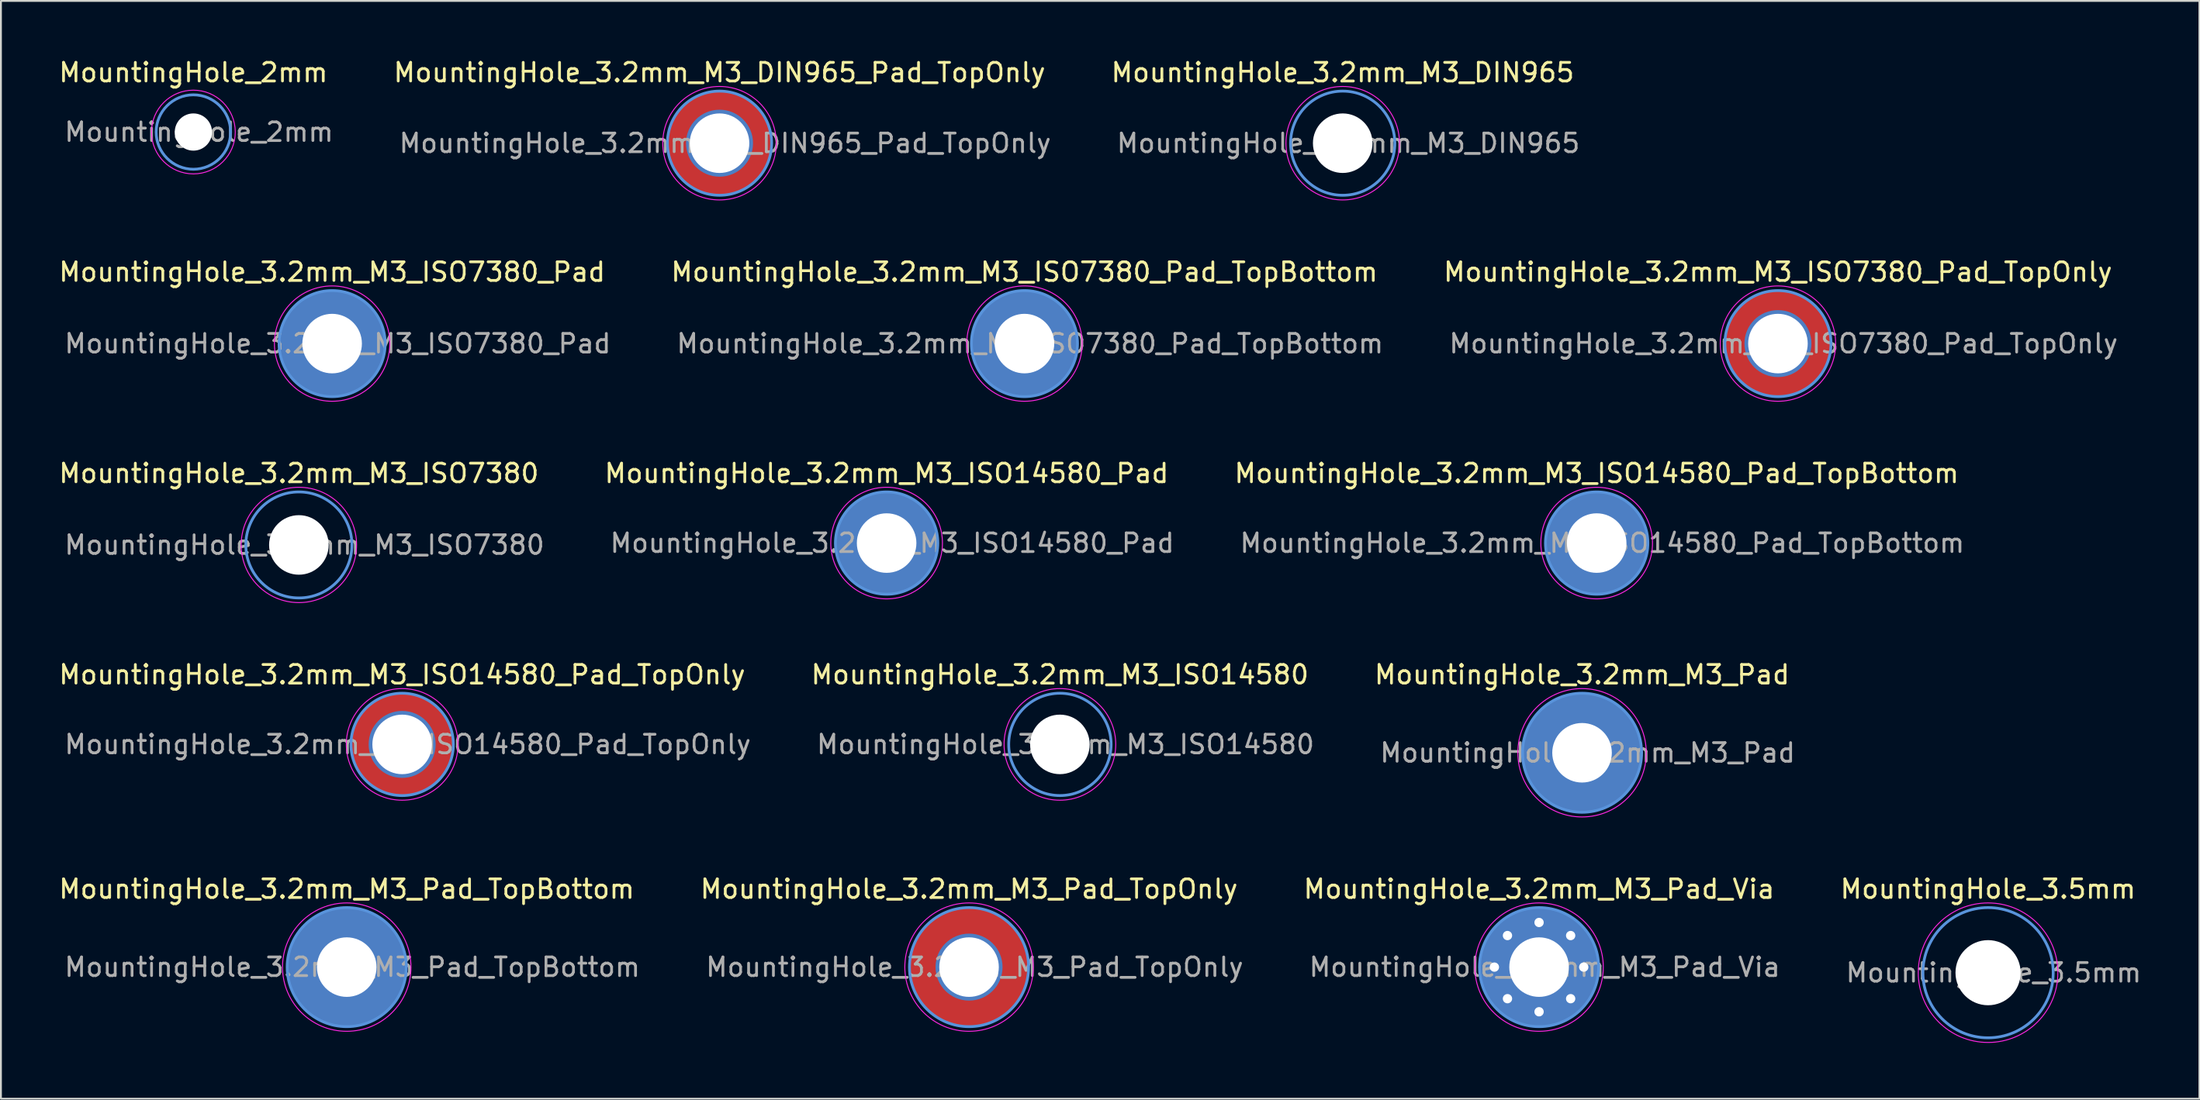
<source format=kicad_pcb>
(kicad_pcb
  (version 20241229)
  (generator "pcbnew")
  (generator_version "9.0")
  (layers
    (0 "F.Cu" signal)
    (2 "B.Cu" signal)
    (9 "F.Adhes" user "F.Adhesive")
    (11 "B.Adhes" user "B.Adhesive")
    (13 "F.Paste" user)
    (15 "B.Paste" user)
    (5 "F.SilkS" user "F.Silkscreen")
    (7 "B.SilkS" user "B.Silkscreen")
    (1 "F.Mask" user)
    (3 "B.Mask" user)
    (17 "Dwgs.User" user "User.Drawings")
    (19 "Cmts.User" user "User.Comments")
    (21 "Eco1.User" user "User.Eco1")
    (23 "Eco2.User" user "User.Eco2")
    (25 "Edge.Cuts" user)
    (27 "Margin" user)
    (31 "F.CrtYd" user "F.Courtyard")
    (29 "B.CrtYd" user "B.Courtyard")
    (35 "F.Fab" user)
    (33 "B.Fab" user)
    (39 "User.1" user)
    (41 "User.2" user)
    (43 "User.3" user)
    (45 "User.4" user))
  (footprint "MountingHole_3.2mm_M3_ISO14580_Pad_TopOnly"
    (layer "F.Cu")
    (at 18.554 36.968)
    (property "Reference" "MountingHole_3.2mm_M3_ISO14580_Pad_TopOnly" (at 0 -3.75 0) (layer "F.SilkS") (effects (font (size 1 1) (thickness 0.15))))
    (attr exclude_from_pos_files exclude_from_bom)
    (fp_circle (center 0 0) (end 2.75 0) (stroke (width 0.15) (type solid)) (fill no) (layer "Cmts.User"))
    (fp_circle (center 0 0) (end 3 0) (stroke (width 0.05) (type solid)) (fill no) (layer "F.CrtYd"))
    (fp_text user "${REFERENCE}" (at 0.3 0 0) (layer "F.Fab") (effects (font (size 1 1) (thickness 0.15))))
    (pad "1" thru_hole circle (at 0 0) (size 3.6 3.6) (drill 3.2) (layers "*.Cu" "*.Mask"))
    (pad "1" connect circle (at 0 0) (size 5.5 5.5) (layers "F.Cu" "F.Mask")))
  (footprint "MountingHole_3.2mm_M3_ISO14580_Pad_TopBottom"
    (layer "F.Cu")
    (at 82.725 26.145)
    (property "Reference" "MountingHole_3.2mm_M3_ISO14580_Pad_TopBottom" (at 0 -3.75 0) (layer "F.SilkS") (effects (font (size 1 1) (thickness 0.15))))
    (attr exclude_from_pos_files exclude_from_bom)
    (fp_circle (center 0 0) (end 2.75 0) (stroke (width 0.15) (type solid)) (fill no) (layer "Cmts.User"))
    (fp_circle (center 0 0) (end 3 0) (stroke (width 0.05) (type solid)) (fill no) (layer "F.CrtYd"))
    (fp_text user "${REFERENCE}" (at 0.3 0 0) (layer "F.Fab") (effects (font (size 1 1) (thickness 0.15))))
    (pad "1" thru_hole circle (at 0 0) (size 3.6 3.6) (drill 3.2) (layers "*.Cu" "*.Mask"))
    (pad "1" connect circle (at 0 0) (size 5.5 5.5) (layers "F.Cu" "F.Mask"))
    (pad "1" connect circle (at 0 0) (size 5.5 5.5) (layers "B.Cu" "B.Mask")))
  (footprint "MountingHole_3.2mm_M3_ISO7380_Pad_TopBottom"
    (layer "F.Cu")
    (at 51.985 15.421)
    (property "Reference" "MountingHole_3.2mm_M3_ISO7380_Pad_TopBottom" (at 0 -3.85 0) (layer "F.SilkS") (effects (font (size 1 1) (thickness 0.15))))
    (attr exclude_from_pos_files exclude_from_bom)
    (fp_circle (center 0 0) (end 2.85 0) (stroke (width 0.15) (type solid)) (fill no) (layer "Cmts.User"))
    (fp_circle (center 0 0) (end 3.1 0) (stroke (width 0.05) (type solid)) (fill no) (layer "F.CrtYd"))
    (fp_text user "${REFERENCE}" (at 0.3 0 0) (layer "F.Fab") (effects (font (size 1 1) (thickness 0.15))))
    (pad "1" thru_hole circle (at 0 0) (size 3.6 3.6) (drill 3.2) (layers "*.Cu" "*.Mask"))
    (pad "1" connect circle (at 0 0) (size 5.7 5.7) (layers "F.Cu" "F.Mask"))
    (pad "1" connect circle (at 0 0) (size 5.7 5.7) (layers "B.Cu" "B.Mask")))
  (footprint "MountingHole_3.2mm_M3_Pad_Via"
    (layer "F.Cu")
    (at 79.63 48.941)
    (property "Reference" "MountingHole_3.2mm_M3_Pad_Via" (at 0 -4.2 0) (layer "F.SilkS") (effects (font (size 1 1) (thickness 0.15))))
    (attr exclude_from_pos_files exclude_from_bom)
    (fp_circle (center 0 0) (end 3.2 0) (stroke (width 0.15) (type solid)) (fill no) (layer "Cmts.User"))
    (fp_circle (center 0 0) (end 3.45 0) (stroke (width 0.05) (type solid)) (fill no) (layer "F.CrtYd"))
    (fp_text user "${REFERENCE}" (at 0.3 0 0) (layer "F.Fab") (effects (font (size 1 1) (thickness 0.15))))
    (pad "" thru_hole circle (at -2.4 0) (size 0.8 0.8) (drill 0.5) (layers "*.Cu" "*.Mask"))
    (pad "" thru_hole circle (at -1.697 -1.697) (size 0.8 0.8) (drill 0.5) (layers "*.Cu" "*.Mask"))
    (pad "" thru_hole circle (at -1.697 1.697) (size 0.8 0.8) (drill 0.5) (layers "*.Cu" "*.Mask"))
    (pad "" thru_hole circle (at 0 -2.4) (size 0.8 0.8) (drill 0.5) (layers "*.Cu" "*.Mask"))
    (pad "" thru_hole circle (at 0 2.4) (size 0.8 0.8) (drill 0.5) (layers "*.Cu" "*.Mask"))
    (pad "" thru_hole circle (at 1.697 -1.697) (size 0.8 0.8) (drill 0.5) (layers "*.Cu" "*.Mask"))
    (pad "" thru_hole circle (at 1.697 1.697) (size 0.8 0.8) (drill 0.5) (layers "*.Cu" "*.Mask"))
    (pad "" thru_hole circle (at 2.4 0) (size 0.8 0.8) (drill 0.5) (layers "*.Cu" "*.Mask"))
    (pad "1" thru_hole circle (at 0 0) (size 6.4 6.4) (drill 3.2) (layers "*.Cu" "*.Mask")))
  (footprint "MountingHole_3.2mm_M3_Pad_TopBottom"
    (layer "F.Cu")
    (at 15.577 48.941)
    (property "Reference" "MountingHole_3.2mm_M3_Pad_TopBottom" (at 0 -4.2 0) (layer "F.SilkS") (effects (font (size 1 1) (thickness 0.15))))
    (attr exclude_from_pos_files exclude_from_bom)
    (fp_circle (center 0 0) (end 3.2 0) (stroke (width 0.15) (type solid)) (fill no) (layer "Cmts.User"))
    (fp_circle (center 0 0) (end 3.45 0) (stroke (width 0.05) (type solid)) (fill no) (layer "F.CrtYd"))
    (fp_text user "${REFERENCE}" (at 0.3 0 0) (layer "F.Fab") (effects (font (size 1 1) (thickness 0.15))))
    (pad "1" thru_hole circle (at 0 0) (size 3.6 3.6) (drill 3.2) (layers "*.Cu" "*.Mask"))
    (pad "1" connect circle (at 0 0) (size 6.4 6.4) (layers "F.Cu" "F.Mask"))
    (pad "1" connect circle (at 0 0) (size 6.4 6.4) (layers "B.Cu" "B.Mask")))
  (footprint "MountingHole_3.2mm_M3_DIN965"
    (layer "F.Cu")
    (at 69.082 4.648)
    (property "Reference" "MountingHole_3.2mm_M3_DIN965" (at 0 -3.8 0) (layer "F.SilkS") (effects (font (size 1 1) (thickness 0.15))))
    (attr exclude_from_pos_files exclude_from_bom)
    (fp_circle (center 0 0) (end 2.8 0) (stroke (width 0.15) (type solid)) (fill no) (layer "Cmts.User"))
    (fp_circle (center 0 0) (end 3.05 0) (stroke (width 0.05) (type solid)) (fill no) (layer "F.CrtYd"))
    (fp_text user "${REFERENCE}" (at 0.3 0 0) (layer "F.Fab") (effects (font (size 1 1) (thickness 0.15))))
    (pad "" np_thru_hole circle (at 0 0) (size 3.2 3.2) (drill 3.2) (layers "*.Cu" "*.Mask")))
  (footprint "MountingHole_2mm"
    (layer "F.Cu")
    (at 7.339 4.048)
    (property "Reference" "MountingHole_2mm" (at 0 -3.2 0) (layer "F.SilkS") (effects (font (size 1 1) (thickness 0.15))))
    (attr exclude_from_pos_files exclude_from_bom)
    (fp_circle (center 0 0) (end 2 0) (stroke (width 0.15) (type solid)) (fill no) (layer "Cmts.User"))
    (fp_circle (center 0 0) (end 2.25 0) (stroke (width 0.05) (type solid)) (fill no) (layer "F.CrtYd"))
    (fp_text user "${REFERENCE}" (at 0.3 0 0) (layer "F.Fab") (effects (font (size 1 1) (thickness 0.15))))
    (pad "" np_thru_hole circle (at 0 0) (size 2 2) (drill 2) (layers "*.Cu" "*.Mask")))
  (footprint "MountingHole_3.2mm_M3_ISO14580"
    (layer "F.Cu")
    (at 53.889 36.968)
    (property "Reference" "MountingHole_3.2mm_M3_ISO14580" (at 0 -3.75 0) (layer "F.SilkS") (effects (font (size 1 1) (thickness 0.15))))
    (attr exclude_from_pos_files exclude_from_bom)
    (fp_circle (center 0 0) (end 2.75 0) (stroke (width 0.15) (type solid)) (fill no) (layer "Cmts.User"))
    (fp_circle (center 0 0) (end 3 0) (stroke (width 0.05) (type solid)) (fill no) (layer "F.CrtYd"))
    (fp_text user "${REFERENCE}" (at 0.3 0 0) (layer "F.Fab") (effects (font (size 1 1) (thickness 0.15))))
    (pad "" np_thru_hole circle (at 0 0) (size 3.2 3.2) (drill 3.2) (layers "*.Cu" "*.Mask")))
  (footprint "MountingHole_3.2mm_M3_ISO14580_Pad"
    (layer "F.Cu")
    (at 44.58 26.145)
    (property "Reference" "MountingHole_3.2mm_M3_ISO14580_Pad" (at 0 -3.75 0) (layer "F.SilkS") (effects (font (size 1 1) (thickness 0.15))))
    (attr exclude_from_pos_files exclude_from_bom)
    (fp_circle (center 0 0) (end 2.75 0) (stroke (width 0.15) (type solid)) (fill no) (layer "Cmts.User"))
    (fp_circle (center 0 0) (end 3 0) (stroke (width 0.05) (type solid)) (fill no) (layer "F.CrtYd"))
    (fp_text user "${REFERENCE}" (at 0.3 0 0) (layer "F.Fab") (effects (font (size 1 1) (thickness 0.15))))
    (pad "1" thru_hole circle (at 0 0) (size 5.5 5.5) (drill 3.2) (layers "*.Cu" "*.Mask")))
  (footprint "MountingHole_3.5mm"
    (layer "F.Cu")
    (at 103.751 49.241)
    (property "Reference" "MountingHole_3.5mm" (at 0 -4.5 0) (layer "F.SilkS") (effects (font (size 1 1) (thickness 0.15))))
    (attr exclude_from_pos_files exclude_from_bom)
    (fp_circle (center 0 0) (end 3.5 0) (stroke (width 0.15) (type solid)) (fill no) (layer "Cmts.User"))
    (fp_circle (center 0 0) (end 3.75 0) (stroke (width 0.05) (type solid)) (fill no) (layer "F.CrtYd"))
    (fp_text user "${REFERENCE}" (at 0.3 0 0) (layer "F.Fab") (effects (font (size 1 1) (thickness 0.15))))
    (pad "" np_thru_hole circle (at 0 0) (size 3.5 3.5) (drill 3.5) (layers "*.Cu" "*.Mask")))
  (footprint "MountingHole_3.2mm_M3_ISO7380"
    (layer "F.Cu")
    (at 13.006 26.245)
    (property "Reference" "MountingHole_3.2mm_M3_ISO7380" (at 0 -3.85 0) (layer "F.SilkS") (effects (font (size 1 1) (thickness 0.15))))
    (attr exclude_from_pos_files exclude_from_bom)
    (fp_circle (center 0 0) (end 2.85 0) (stroke (width 0.15) (type solid)) (fill no) (layer "Cmts.User"))
    (fp_circle (center 0 0) (end 3.1 0) (stroke (width 0.05) (type solid)) (fill no) (layer "F.CrtYd"))
    (fp_text user "${REFERENCE}" (at 0.3 0 0) (layer "F.Fab") (effects (font (size 1 1) (thickness 0.15))))
    (pad "" np_thru_hole circle (at 0 0) (size 3.2 3.2) (drill 3.2) (layers "*.Cu" "*.Mask")))
  (footprint "MountingHole_3.2mm_M3_Pad_TopOnly"
    (layer "F.Cu")
    (at 49.008 48.941)
    (property "Reference" "MountingHole_3.2mm_M3_Pad_TopOnly" (at 0 -4.2 0) (layer "F.SilkS") (effects (font (size 1 1) (thickness 0.15))))
    (attr exclude_from_pos_files exclude_from_bom)
    (fp_circle (center 0 0) (end 3.2 0) (stroke (width 0.15) (type solid)) (fill no) (layer "Cmts.User"))
    (fp_circle (center 0 0) (end 3.45 0) (stroke (width 0.05) (type solid)) (fill no) (layer "F.CrtYd"))
    (fp_text user "${REFERENCE}" (at 0.3 0 0) (layer "F.Fab") (effects (font (size 1 1) (thickness 0.15))))
    (pad "1" thru_hole circle (at 0 0) (size 3.6 3.6) (drill 3.2) (layers "*.Cu" "*.Mask"))
    (pad "1" connect circle (at 0 0) (size 6.4 6.4) (layers "F.Cu" "F.Mask")))
  (footprint "MountingHole_3.2mm_M3_ISO7380_Pad_TopOnly"
    (layer "F.Cu")
    (at 92.463 15.421)
    (property "Reference" "MountingHole_3.2mm_M3_ISO7380_Pad_TopOnly" (at 0 -3.85 0) (layer "F.SilkS") (effects (font (size 1 1) (thickness 0.15))))
    (attr exclude_from_pos_files exclude_from_bom)
    (fp_circle (center 0 0) (end 2.85 0) (stroke (width 0.15) (type solid)) (fill no) (layer "Cmts.User"))
    (fp_circle (center 0 0) (end 3.1 0) (stroke (width 0.05) (type solid)) (fill no) (layer "F.CrtYd"))
    (fp_text user "${REFERENCE}" (at 0.3 0 0) (layer "F.Fab") (effects (font (size 1 1) (thickness 0.15))))
    (pad "1" thru_hole circle (at 0 0) (size 3.6 3.6) (drill 3.2) (layers "*.Cu" "*.Mask"))
    (pad "1" connect circle (at 0 0) (size 5.7 5.7) (layers "F.Cu" "F.Mask")))
  (footprint "MountingHole_3.2mm_M3_Pad"
    (layer "F.Cu")
    (at 81.939 37.418)
    (property "Reference" "MountingHole_3.2mm_M3_Pad" (at 0 -4.2 0) (layer "F.SilkS") (effects (font (size 1 1) (thickness 0.15))))
    (attr exclude_from_pos_files exclude_from_bom)
    (fp_circle (center 0 0) (end 3.2 0) (stroke (width 0.15) (type solid)) (fill no) (layer "Cmts.User"))
    (fp_circle (center 0 0) (end 3.45 0) (stroke (width 0.05) (type solid)) (fill no) (layer "F.CrtYd"))
    (fp_text user "${REFERENCE}" (at 0.3 0 0) (layer "F.Fab") (effects (font (size 1 1) (thickness 0.15))))
    (pad "1" thru_hole circle (at 0 0) (size 6.4 6.4) (drill 3.2) (layers "*.Cu" "*.Mask")))
  (footprint "MountingHole_3.2mm_M3_DIN965_Pad_TopOnly"
    (layer "F.Cu")
    (at 35.604 4.648)
    (property "Reference" "MountingHole_3.2mm_M3_DIN965_Pad_TopOnly" (at 0 -3.8 0) (layer "F.SilkS") (effects (font (size 1 1) (thickness 0.15))))
    (attr exclude_from_pos_files exclude_from_bom)
    (fp_circle (center 0 0) (end 2.8 0) (stroke (width 0.15) (type solid)) (fill no) (layer "Cmts.User"))
    (fp_circle (center 0 0) (end 3.05 0) (stroke (width 0.05) (type solid)) (fill no) (layer "F.CrtYd"))
    (fp_text user "${REFERENCE}" (at 0.3 0 0) (layer "F.Fab") (effects (font (size 1 1) (thickness 0.15))))
    (pad "1" thru_hole circle (at 0 0) (size 3.6 3.6) (drill 3.2) (layers "*.Cu" "*.Mask"))
    (pad "1" connect circle (at 0 0) (size 5.6 5.6) (layers "F.Cu" "F.Mask")))
  (footprint "MountingHole_3.2mm_M3_ISO7380_Pad"
    (layer "F.Cu")
    (at 14.792 15.421)
    (property "Reference" "MountingHole_3.2mm_M3_ISO7380_Pad" (at 0 -3.85 0) (layer "F.SilkS") (effects (font (size 1 1) (thickness 0.15))))
    (attr exclude_from_pos_files exclude_from_bom)
    (fp_circle (center 0 0) (end 2.85 0) (stroke (width 0.15) (type solid)) (fill no) (layer "Cmts.User"))
    (fp_circle (center 0 0) (end 3.1 0) (stroke (width 0.05) (type solid)) (fill no) (layer "F.CrtYd"))
    (fp_text user "${REFERENCE}" (at 0.3 0 0) (layer "F.Fab") (effects (font (size 1 1) (thickness 0.15))))
    (pad "1" thru_hole circle (at 0 0) (size 5.7 5.7) (drill 3.2) (layers "*.Cu" "*.Mask")))
  (gr_rect
    (start -3 -3)
    (end 115.105 56.016)
    (stroke (width 0.1) (type default))
    (fill no)
    (layer "Edge.Cuts")))
</source>
